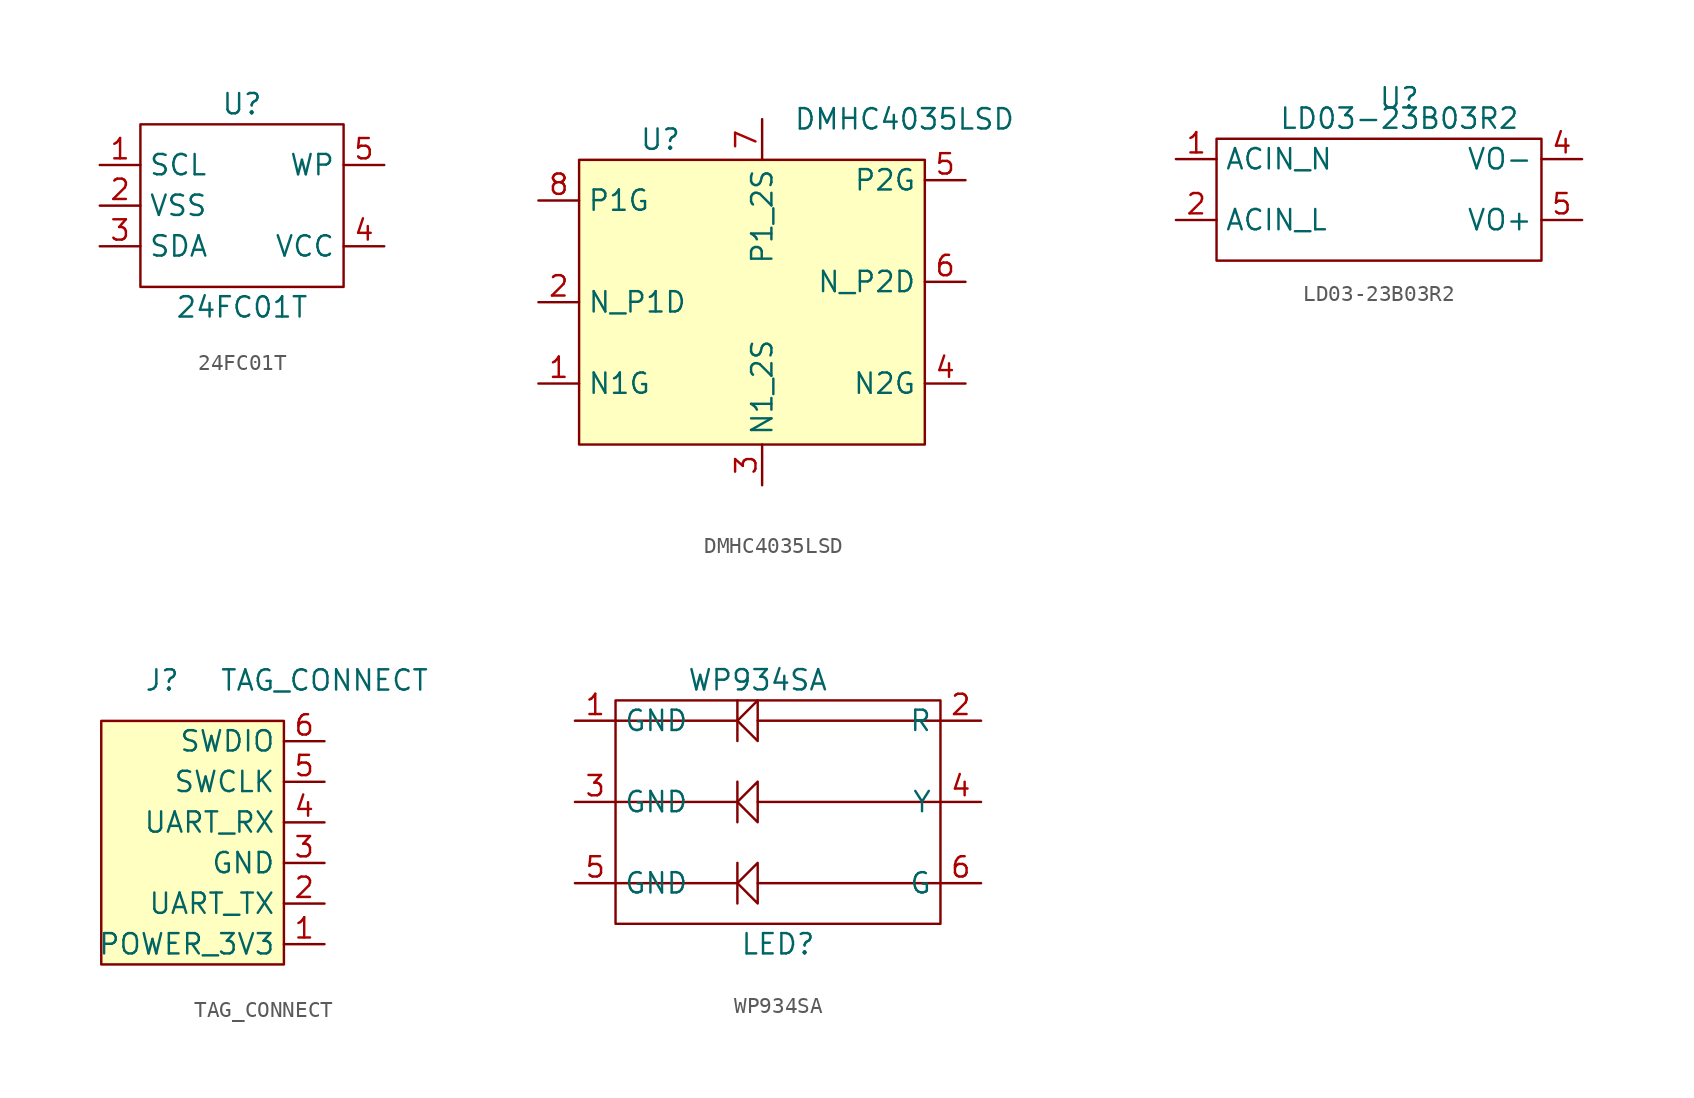
<source format=kicad_sym>
(kicad_symbol_lib
  (version 20211014)
  (generator kicad_symbol_editor)
  (symbol "24FC01T"
    (property "Reference" "U"
      (at 0 7.62 0)
      (effects (font (size 1.27 1.27))))
    (property "Value" "24FC01T"
      (at 0 -5.08 0)
      (effects (font (size 1.27 1.27))))
    (symbol "24FC01T_0_1"
      (rectangle (start -6.35 6.35) (end 6.35 -3.81) (stroke (width 0) (type default) (color 0 0 0 0)) (fill (type none))))
    (symbol "24FC01T_1_1"
      (pin input line (at -8.89 3.81 0) (length 2.54) (name "SCL" (effects (font (size 1.27 1.27)))) (number "1" (effects (font (size 1.27 1.27)))))
      (pin input line (at -8.89 1.27 0) (length 2.54) (name "VSS" (effects (font (size 1.27 1.27)))) (number "2" (effects (font (size 1.27 1.27)))))
      (pin input line (at -8.89 -1.27 0) (length 2.54) (name "SDA" (effects (font (size 1.27 1.27)))) (number "3" (effects (font (size 1.27 1.27)))))
      (pin input line (at 8.89 -1.27 180) (length 2.54) (name "VCC" (effects (font (size 1.27 1.27)))) (number "4" (effects (font (size 1.27 1.27)))))
      (pin input line (at 8.89 3.81 180) (length 2.54) (name "WP" (effects (font (size 1.27 1.27)))) (number "5" (effects (font (size 1.27 1.27)))))))
  (symbol "DMHC4035LSD"
    (property "Reference" "U"
      (at -10.16 19.05 0)
      (effects (font (size 1.27 1.27))))
    (property "Value" "DMHC4035LSD"
      (at 5.08 20.32 0)
      (effects (font (size 1.27 1.27))))
    (symbol "DMHC4035LSD_0_1"
      (rectangle (start -15.24 17.78) (end 6.35 0) (stroke (width 0) (type default) (color 0 0 0 0)) (fill (type background))))
    (symbol "DMHC4035LSD_1_1"
      (pin input line (at -17.78 3.81 0) (length 2.54) (name "N1G" (effects (font (size 1.27 1.27)))) (number "1" (effects (font (size 1.27 1.27)))))
      (pin input line (at -17.78 8.89 0) (length 2.54) (name "N_P1D" (effects (font (size 1.27 1.27)))) (number "2" (effects (font (size 1.27 1.27)))))
      (pin input line (at -3.81 -2.54 90) (length 2.54) (name "N1_2S" (effects (font (size 1.27 1.27)))) (number "3" (effects (font (size 1.27 1.27)))))
      (pin input line (at 8.89 3.81 180) (length 2.54) (name "N2G" (effects (font (size 1.27 1.27)))) (number "4" (effects (font (size 1.27 1.27)))))
      (pin input line (at 8.89 16.51 180) (length 2.54) (name "P2G" (effects (font (size 1.27 1.27)))) (number "5" (effects (font (size 1.27 1.27)))))
      (pin input line (at 8.89 10.16 180) (length 2.54) (name "N_P2D" (effects (font (size 1.27 1.27)))) (number "6" (effects (font (size 1.27 1.27)))))
      (pin input line (at -3.81 20.32 270) (length 2.54) (name "P1_2S" (effects (font (size 1.27 1.27)))) (number "7" (effects (font (size 1.27 1.27)))))
      (pin input line (at -17.78 15.24 0) (length 2.54) (name "P1G" (effects (font (size 1.27 1.27)))) (number "8" (effects (font (size 1.27 1.27)))))))
  (symbol "LD03-23B03R2"
    (property "Reference" "U"
      (at 0 0 0)
      (effects (font (size 1.27 1.27))))
    (property "Value" "LD03-23B03R2"
      (at 0 -1.27 0)
      (effects (font (size 1.27 1.27))))
    (symbol "LD03-23B03R2_0_1"
      (rectangle (start -11.43 -2.54) (end 8.89 -10.16) (stroke (width 0) (type default) (color 0 0 0 0)) (fill (type none))))
    (symbol "LD03-23B03R2_1_1"
      (pin power_in line (at -13.97 -3.81 0) (length 2.54) (name "ACIN_N" (effects (font (size 1.27 1.27)))) (number "1" (effects (font (size 1.27 1.27)))))
      (pin power_in line (at -13.97 -7.62 0) (length 2.54) (name "ACIN_L" (effects (font (size 1.27 1.27)))) (number "2" (effects (font (size 1.27 1.27)))))
      (pin power_out line (at 11.43 -3.81 180) (length 2.54) (name "VO-" (effects (font (size 1.27 1.27)))) (number "4" (effects (font (size 1.27 1.27)))))
      (pin power_out line (at 11.43 -7.62 180) (length 2.54) (name "VO+" (effects (font (size 1.27 1.27)))) (number "5" (effects (font (size 1.27 1.27)))))))
  (symbol "TAG_CONNECT"
    (property "Reference" "J"
      (at -7.62 10.16 0)
      (effects (font (size 1.27 1.27))))
    (property "Value" "TAG_CONNECT"
      (at 2.54 10.16 0)
      (effects (font (size 1.27 1.27))))
    (symbol "TAG_CONNECT_0_1"
      (rectangle (start 0 7.62) (end -11.43 -7.62) (stroke (width 0) (type default) (color 0 0 0 0)) (fill (type background))))
    (symbol "TAG_CONNECT_1_1"
      (pin power_out line (at 2.54 -6.35 180) (length 2.54) (name "POWER_3V3" (effects (font (size 1.27 1.27)))) (number "1" (effects (font (size 1.27 1.27)))))
      (pin output line (at 2.54 -3.81 180) (length 2.54) (name "UART_TX" (effects (font (size 1.27 1.27)))) (number "2" (effects (font (size 1.27 1.27)))))
      (pin power_out line (at 2.54 -1.27 180) (length 2.54) (name "GND" (effects (font (size 1.27 1.27)))) (number "3" (effects (font (size 1.27 1.27)))))
      (pin output line (at 2.54 1.27 180) (length 2.54) (name "UART_RX" (effects (font (size 1.27 1.27)))) (number "4" (effects (font (size 1.27 1.27)))))
      (pin output line (at 2.54 3.81 180) (length 2.54) (name "SWCLK" (effects (font (size 1.27 1.27)))) (number "5" (effects (font (size 1.27 1.27)))))
      (pin output line (at 2.54 6.35 180) (length 2.54) (name "SWDIO" (effects (font (size 1.27 1.27)))) (number "6" (effects (font (size 1.27 1.27)))))))
  (symbol "WP934SA"
    (property "Reference" "LED"
      (at 0 -10.16 0)
      (effects (font (size 1.27 1.27))))
    (property "Value" "WP934SA"
      (at -1.27 6.35 0)
      (effects (font (size 1.27 1.27))))
    (symbol "WP934SA_0_1"
      (rectangle (start -10.16 5.08) (end 10.16 -8.89) (stroke (width 0) (type default) (color 0 0 0 0)) (fill (type none)))
      (polyline (pts (xy -2.54 -6.35) (xy -10.16 -6.35)) (stroke (width 0) (type default) (color 0 0 0 0)) (fill (type none)))
      (polyline (pts (xy -2.54 -5.08) (xy -2.54 -7.62)) (stroke (width 0) (type default) (color 0 0 0 0)) (fill (type none)))
      (polyline (pts (xy -2.54 -1.27) (xy -10.16 -1.27)) (stroke (width 0) (type default) (color 0 0 0 0)) (fill (type none)))
      (polyline (pts (xy -2.54 0) (xy -2.54 -2.54)) (stroke (width 0) (type default) (color 0 0 0 0)) (fill (type none)))
      (polyline (pts (xy -2.54 3.81) (xy -10.16 3.81)) (stroke (width 0) (type default) (color 0 0 0 0)) (fill (type none)))
      (polyline (pts (xy -2.54 5.08) (xy -2.54 2.54)) (stroke (width 0) (type default) (color 0 0 0 0)) (fill (type none)))
      (polyline (pts (xy -1.27 -6.35) (xy 10.16 -6.35)) (stroke (width 0) (type default) (color 0 0 0 0)) (fill (type none)))
      (polyline (pts (xy -1.27 -1.27) (xy 10.16 -1.27)) (stroke (width 0) (type default) (color 0 0 0 0)) (fill (type none)))
      (polyline (pts (xy -1.27 3.81) (xy 10.16 3.81)) (stroke (width 0) (type default) (color 0 0 0 0)) (fill (type none)))
      (polyline (pts (xy -2.54 -6.35) (xy -1.27 -5.08) (xy -1.27 -7.62) (xy -2.54 -6.35)) (stroke (width 0) (type default) (color 0 0 0 0)) (fill (type none)))
      (polyline (pts (xy -2.54 -1.27) (xy -1.27 0) (xy -1.27 -2.54) (xy -2.54 -1.27)) (stroke (width 0) (type default) (color 0 0 0 0)) (fill (type none)))
      (polyline (pts (xy -2.54 3.81) (xy -1.27 5.08) (xy -1.27 2.54) (xy -2.54 3.81)) (stroke (width 0) (type default) (color 0 0 0 0)) (fill (type none))))
    (symbol "WP934SA_1_1"
      (pin power_in line (at -12.7 3.81 0) (length 2.54) (name "GND" (effects (font (size 1.27 1.27)))) (number "1" (effects (font (size 1.27 1.27)))))
      (pin input line (at 12.7 3.81 180) (length 2.54) (name "R" (effects (font (size 1.27 1.27)))) (number "2" (effects (font (size 1.27 1.27)))))
      (pin power_in line (at -12.7 -1.27 0) (length 2.54) (name "GND" (effects (font (size 1.27 1.27)))) (number "3" (effects (font (size 1.27 1.27)))))
      (pin input line (at 12.7 -1.27 180) (length 2.54) (name "Y" (effects (font (size 1.27 1.27)))) (number "4" (effects (font (size 1.27 1.27)))))
      (pin power_in line (at -12.7 -6.35 0) (length 2.54) (name "GND" (effects (font (size 1.27 1.27)))) (number "5" (effects (font (size 1.27 1.27)))))
      (pin input line (at 12.7 -6.35 180) (length 2.54) (name "G" (effects (font (size 1.27 1.27)))) (number "6" (effects (font (size 1.27 1.27))))))))
</source>
